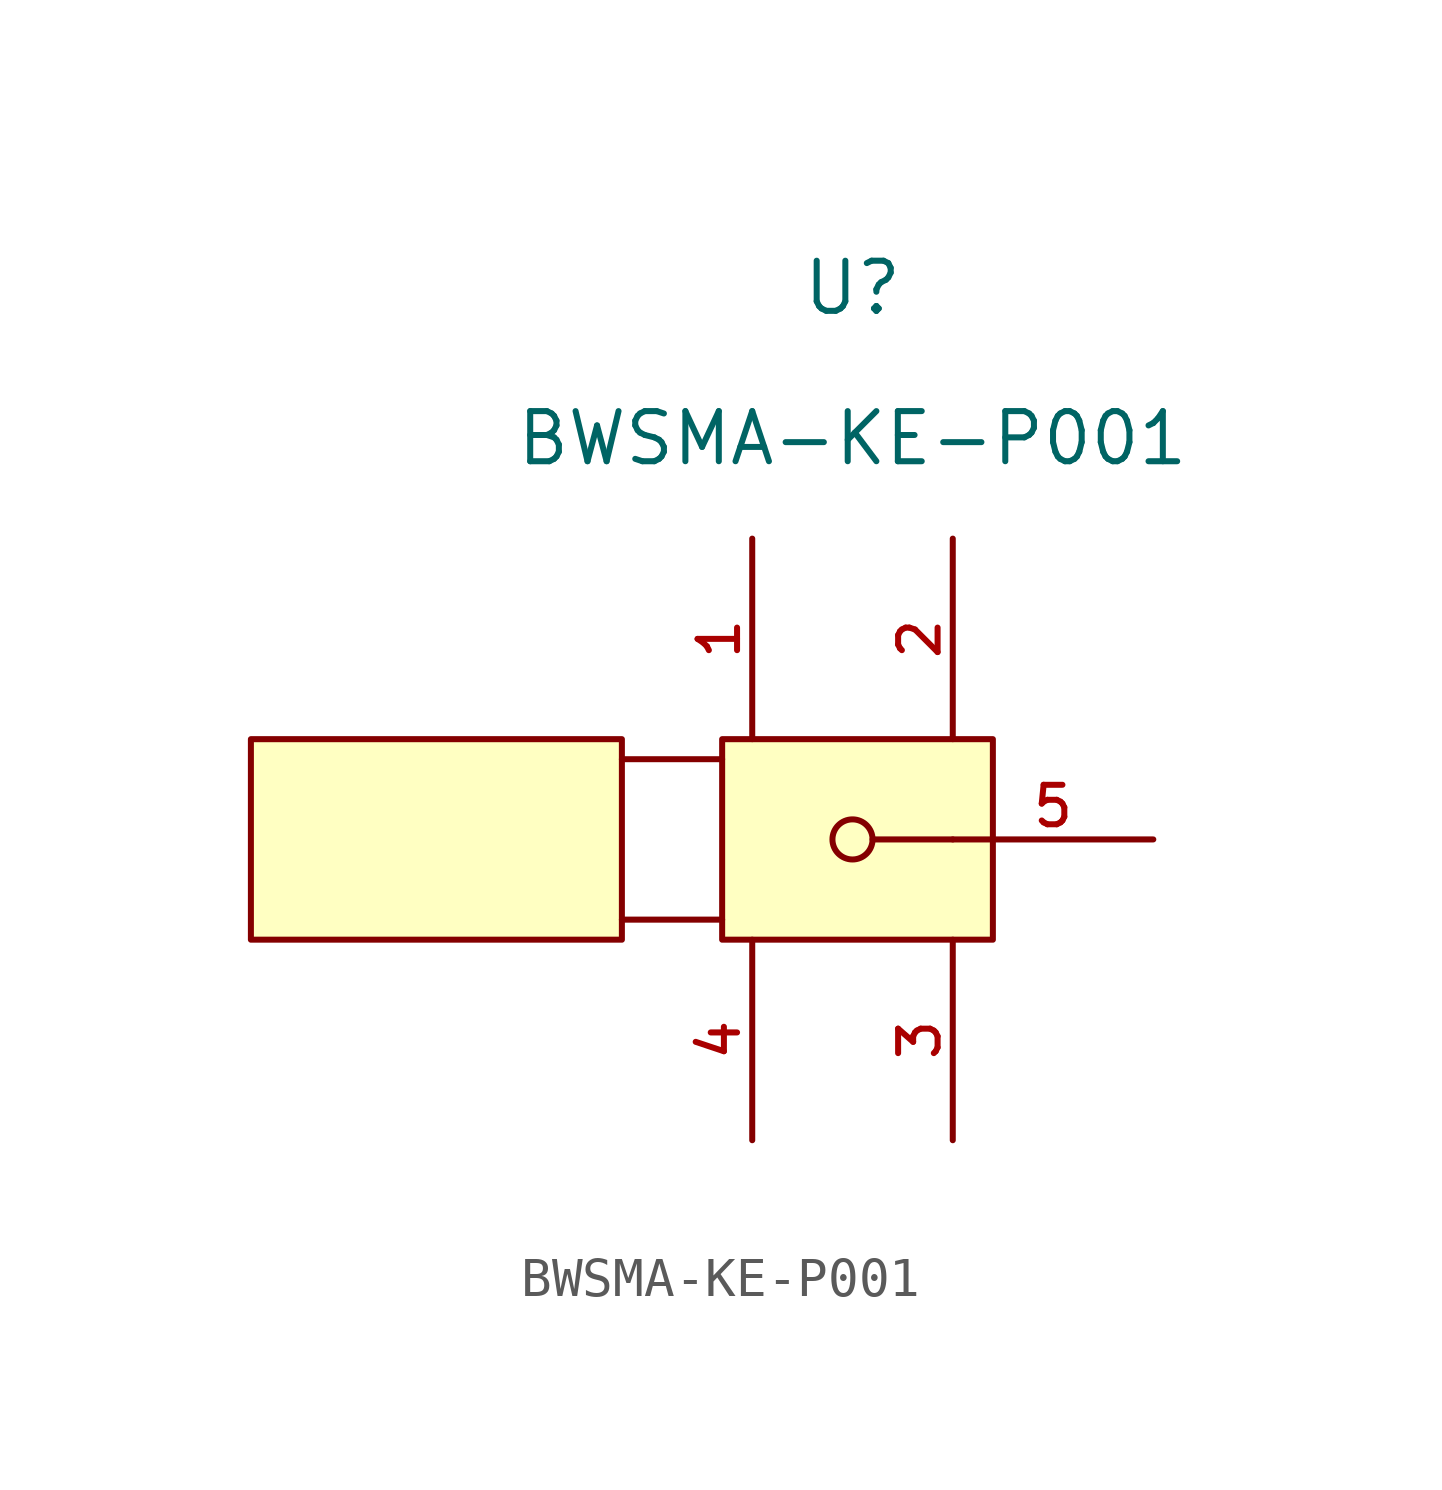
<source format=kicad_sym>
(kicad_symbol_lib
  (version 20210201)
  (generator TousstNicolas/JLC2KiCad_lib)
  (symbol "BWSMA-KE-P001"
    (pin_names hide)
    (property "Reference" "U"
      (at 0 1.27 0)
      (effects (font (size 1.27 1.27))))
    (property "Value" "BWSMA-KE-P001"
      (at 0 -2.54 0)
      (effects (font (size 1.27 1.27))))
    (symbol "BWSMA-KE-P001_0_1"
      (rectangle (start -15.24 -10.16) (end -5.842 -15.24) (stroke (width 0) (type default) (color 0 0 0 0)) (fill (type background)))
      (rectangle (start -3.302 -10.16) (end 3.556 -15.24) (stroke (width 0) (type default) (color 0 0 0 0)) (fill (type background)))
      (polyline (pts (xy -5.842 -10.668) (xy -3.302 -10.668)) (stroke (width 0) (type default) (color 0 0 0 0)) (fill (type none)))
      (polyline (pts (xy -5.842 -14.732) (xy -3.302 -14.732)) (stroke (width 0) (type default) (color 0 0 0 0)) (fill (type none)))
      (pin unspecified line (at -2.54 -5.08 270) (length 5.08) (name "1" (effects (font (size 1 1)))) (number "1" (effects (font (size 1 1)))))
      (pin unspecified line (at 2.54 -5.08 270) (length 5.08) (name "2" (effects (font (size 1 1)))) (number "2" (effects (font (size 1 1)))))
      (pin unspecified line (at 2.54 -20.32 90) (length 5.08) (name "3" (effects (font (size 1 1)))) (number "3" (effects (font (size 1 1)))))
      (pin unspecified line (at -2.54 -20.32 90) (length 5.08) (name "4" (effects (font (size 1 1)))) (number "4" (effects (font (size 1 1)))))
      (pin unspecified line (at 7.62 -12.7 180) (length 5.08) (name "5" (effects (font (size 1 1)))) (number "5" (effects (font (size 1 1)))))
      (circle (center 0.0 -12.7) (radius 0.508) (stroke (width 0) (type default) (color 0 0 0 0)) (fill (type background)))
      (polyline (pts (xy 0.508 -12.7) (xy 2.54 -12.7)) (stroke (width 0) (type default) (color 0 0 0 0)) (fill (type none))))))
</source>
